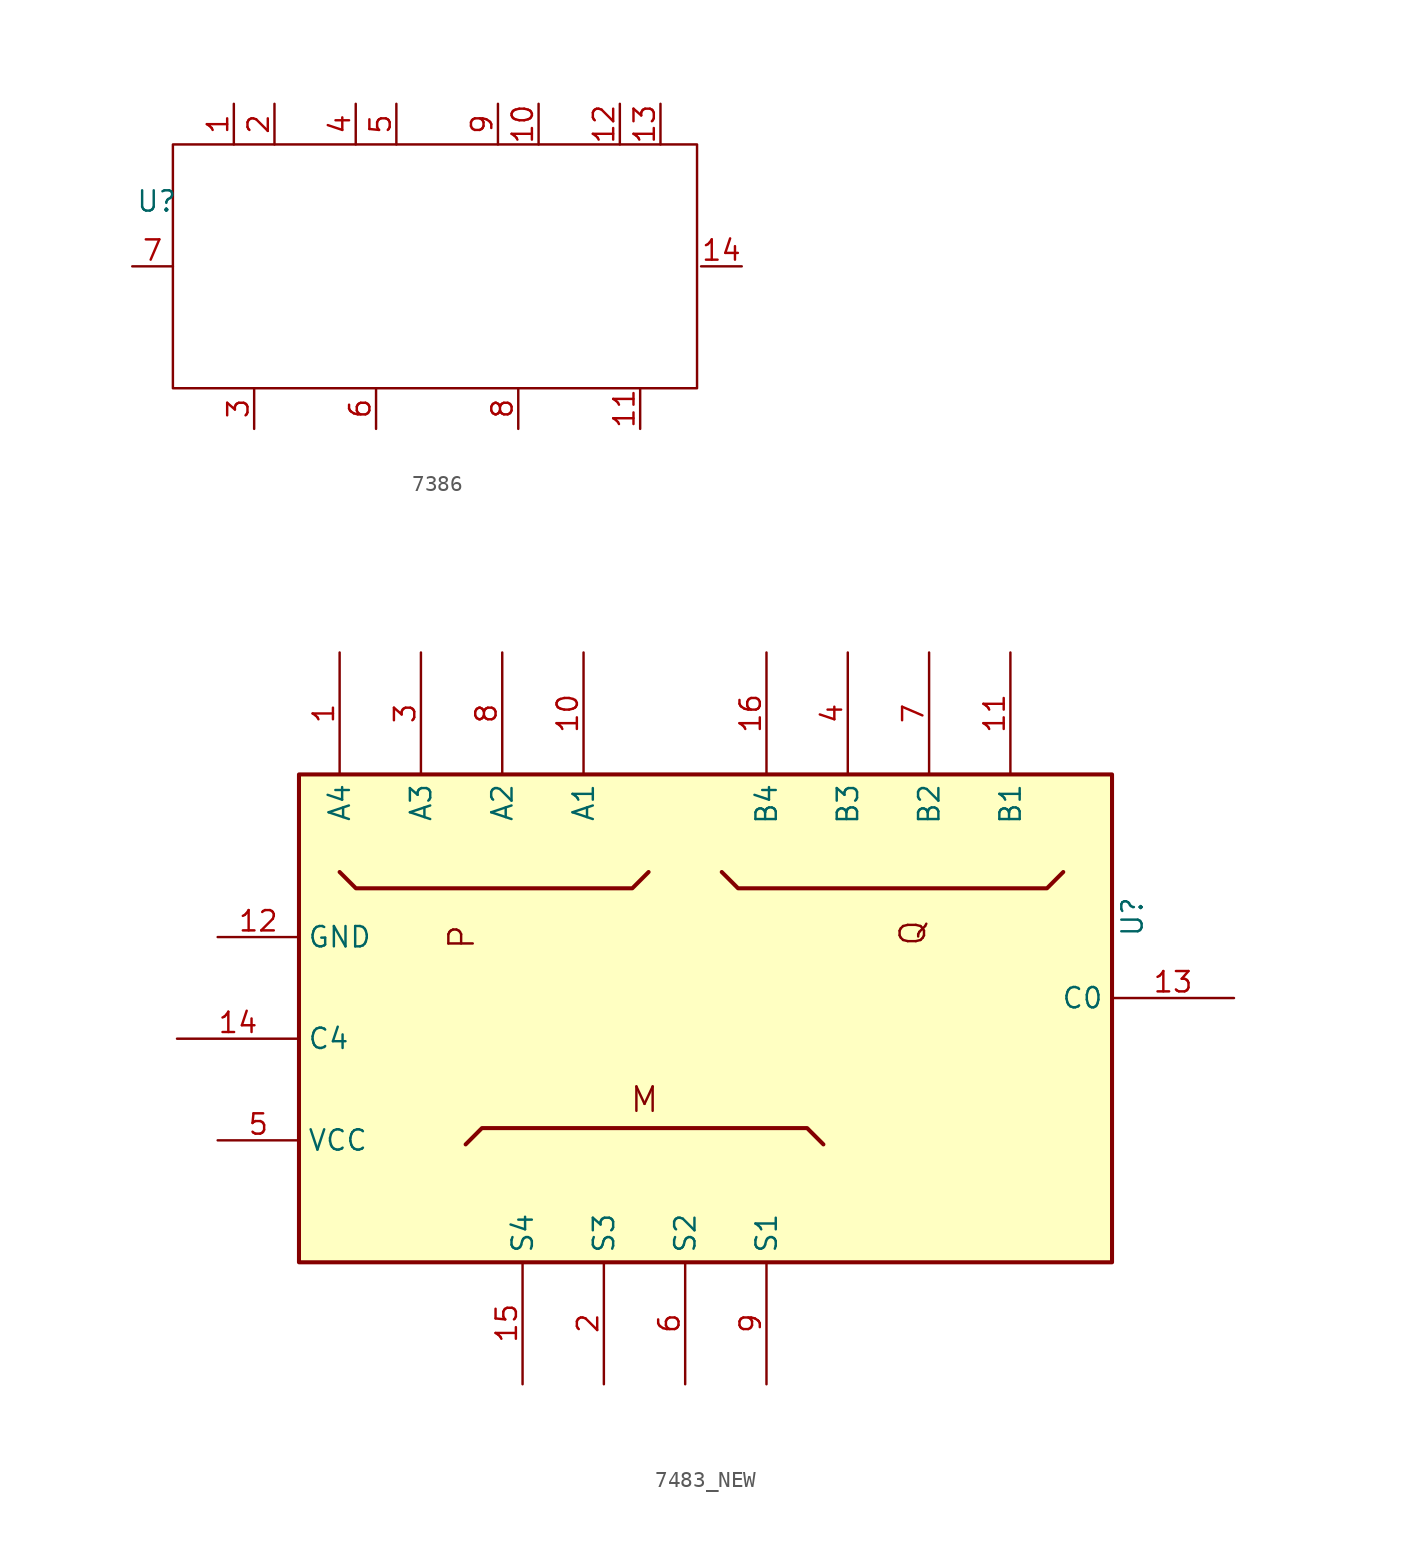
<source format=kicad_sym>
(kicad_symbol_lib
  (version 20241209)
  (generator "kicad_symbol_editor")
  (generator_version "9.0")
  (symbol "7386"
    (property "Reference" "U"
      (at -16.256 4.064 0)
      (effects (font (size 1.27 1.27))))
    (property "Value" ""
      (at 0 0 0)
      (effects (font (size 1.27 1.27))))
    (symbol "7386_0_1"
      (rectangle (start -15.24 7.62) (end 17.526 -7.62) (stroke (width 0) (type default)) (fill (type none))))
    (symbol "7386_1_1"
      (pin power_out line (at -17.78 0 0) (length 2.54) (name "" (effects (font (size 1.27 1.27)))) (number "7" (effects (font (size 1.27 1.27)))))
      (pin input line (at -11.43 10.16 270) (length 2.54) (name "" (effects (font (size 1.27 1.27)))) (number "1" (effects (font (size 1.27 1.27)))))
      (pin output line (at -10.16 -10.16 90) (length 2.54) (name "" (effects (font (size 1.27 1.27)))) (number "3" (effects (font (size 1.27 1.27)))))
      (pin input line (at -8.89 10.16 270) (length 2.54) (name "" (effects (font (size 1.27 1.27)))) (number "2" (effects (font (size 1.27 1.27)))))
      (pin input line (at -3.81 10.16 270) (length 2.54) (name "" (effects (font (size 1.27 1.27)))) (number "4" (effects (font (size 1.27 1.27)))))
      (pin output line (at -2.54 -10.16 90) (length 2.54) (name "" (effects (font (size 1.27 1.27)))) (number "6" (effects (font (size 1.27 1.27)))))
      (pin input line (at -1.27 10.16 270) (length 2.54) (name "" (effects (font (size 1.27 1.27)))) (number "5" (effects (font (size 1.27 1.27)))))
      (pin input line (at 5.08 10.16 270) (length 2.54) (name "" (effects (font (size 1.27 1.27)))) (number "9" (effects (font (size 1.27 1.27)))))
      (pin output line (at 6.35 -10.16 90) (length 2.54) (name "" (effects (font (size 1.27 1.27)))) (number "8" (effects (font (size 1.27 1.27)))))
      (pin input line (at 7.62 10.16 270) (length 2.54) (name "" (effects (font (size 1.27 1.27)))) (number "10" (effects (font (size 1.27 1.27)))))
      (pin input line (at 12.7 10.16 270) (length 2.54) (name "" (effects (font (size 1.27 1.27)))) (number "12" (effects (font (size 1.27 1.27)))))
      (pin output line (at 13.97 -10.16 90) (length 2.54) (name "" (effects (font (size 1.27 1.27)))) (number "11" (effects (font (size 1.27 1.27)))))
      (pin input line (at 15.24 10.16 270) (length 2.54) (name "" (effects (font (size 1.27 1.27)))) (number "13" (effects (font (size 1.27 1.27)))))
      (pin input line (at 20.32 0 180) (length 2.54) (name "" (effects (font (size 1.27 1.27)))) (number "14" (effects (font (size 1.27 1.27)))))))
  (symbol "7483_NEW"
    (property "Reference" "U"
      (at 31.75 5.08 90)
      (effects (font (size 1.27 1.27))))
    (property "Value" ""
      (at 0 0 0)
      (effects (font (size 1.27 1.27))))
    (symbol "7483_NEW_0_0"
      (rectangle (start -20.32 13.97) (end 30.48 -16.51) (stroke (width 0.254) (type default)) (fill (type background)))
      (polyline (pts (xy -17.78 7.874) (xy -16.764 6.858) (xy 0.508 6.858) (xy 1.524 7.874) (xy 1.524 7.874)) (stroke (width 0.254) (type default)) (fill (type background)))
      (polyline (pts (xy 12.446 -9.144) (xy 11.43 -8.128) (xy -8.89 -8.128) (xy -9.906 -9.144) (xy -9.906 -9.144)) (stroke (width 0.254) (type default)) (fill (type background)))
      (polyline (pts (xy 27.432 7.874) (xy 26.416 6.858) (xy 7.112 6.858) (xy 6.096 7.874) (xy 6.096 7.874)) (stroke (width 0.254) (type default)) (fill (type background)))
      (text "P" (at -10.16 3.81 900) (effects (font (size 1.524 1.524))))
      (text "M" (at 1.27 -6.35 0) (effects (font (size 1.524 1.524))))
      (text "Q" (at 18.034 4.064 900) (effects (font (size 1.524 1.524))))
      (pin power_in line (at -25.4 3.81 0) (length 5.08) (name "GND" (effects (font (size 1.27 1.27)))) (number "12" (effects (font (size 1.27 1.27)))))
      (pin power_in line (at -25.4 -8.89 0) (length 5.08) (name "VCC" (effects (font (size 1.27 1.27)))) (number "5" (effects (font (size 1.27 1.27))))))
    (symbol "7483_NEW_1_1"
      (pin output line (at -27.94 -2.54 0) (length 7.62) (name "C4" (effects (font (size 1.27 1.27)))) (number "14" (effects (font (size 1.27 1.27)))))
      (pin input line (at -17.78 21.59 270) (length 7.62) (name "A4" (effects (font (size 1.27 1.27)))) (number "1" (effects (font (size 1.27 1.27)))))
      (pin input line (at -12.7 21.59 270) (length 7.62) (name "A3" (effects (font (size 1.27 1.27)))) (number "3" (effects (font (size 1.27 1.27)))))
      (pin input line (at -7.62 21.59 270) (length 7.62) (name "A2" (effects (font (size 1.27 1.27)))) (number "8" (effects (font (size 1.27 1.27)))))
      (pin output line (at -6.35 -24.13 90) (length 7.62) (name "S4" (effects (font (size 1.27 1.27)))) (number "15" (effects (font (size 1.27 1.27)))))
      (pin input line (at -2.54 21.59 270) (length 7.62) (name "A1" (effects (font (size 1.27 1.27)))) (number "10" (effects (font (size 1.27 1.27)))))
      (pin output line (at -1.27 -24.13 90) (length 7.62) (name "S3" (effects (font (size 1.27 1.27)))) (number "2" (effects (font (size 1.27 1.27)))))
      (pin output line (at 3.81 -24.13 90) (length 7.62) (name "S2" (effects (font (size 1.27 1.27)))) (number "6" (effects (font (size 1.27 1.27)))))
      (pin input line (at 8.89 21.59 270) (length 7.62) (name "B4" (effects (font (size 1.27 1.27)))) (number "16" (effects (font (size 1.27 1.27)))))
      (pin output line (at 8.89 -24.13 90) (length 7.62) (name "S1" (effects (font (size 1.27 1.27)))) (number "9" (effects (font (size 1.27 1.27)))))
      (pin input line (at 13.97 21.59 270) (length 7.62) (name "B3" (effects (font (size 1.27 1.27)))) (number "4" (effects (font (size 1.27 1.27)))))
      (pin input line (at 19.05 21.59 270) (length 7.62) (name "B2" (effects (font (size 1.27 1.27)))) (number "7" (effects (font (size 1.27 1.27)))))
      (pin input line (at 24.13 21.59 270) (length 7.62) (name "B1" (effects (font (size 1.27 1.27)))) (number "11" (effects (font (size 1.27 1.27)))))
      (pin input line (at 38.1 0 180) (length 7.62) (name "C0" (effects (font (size 1.27 1.27)))) (number "13" (effects (font (size 1.27 1.27))))))))
</source>
